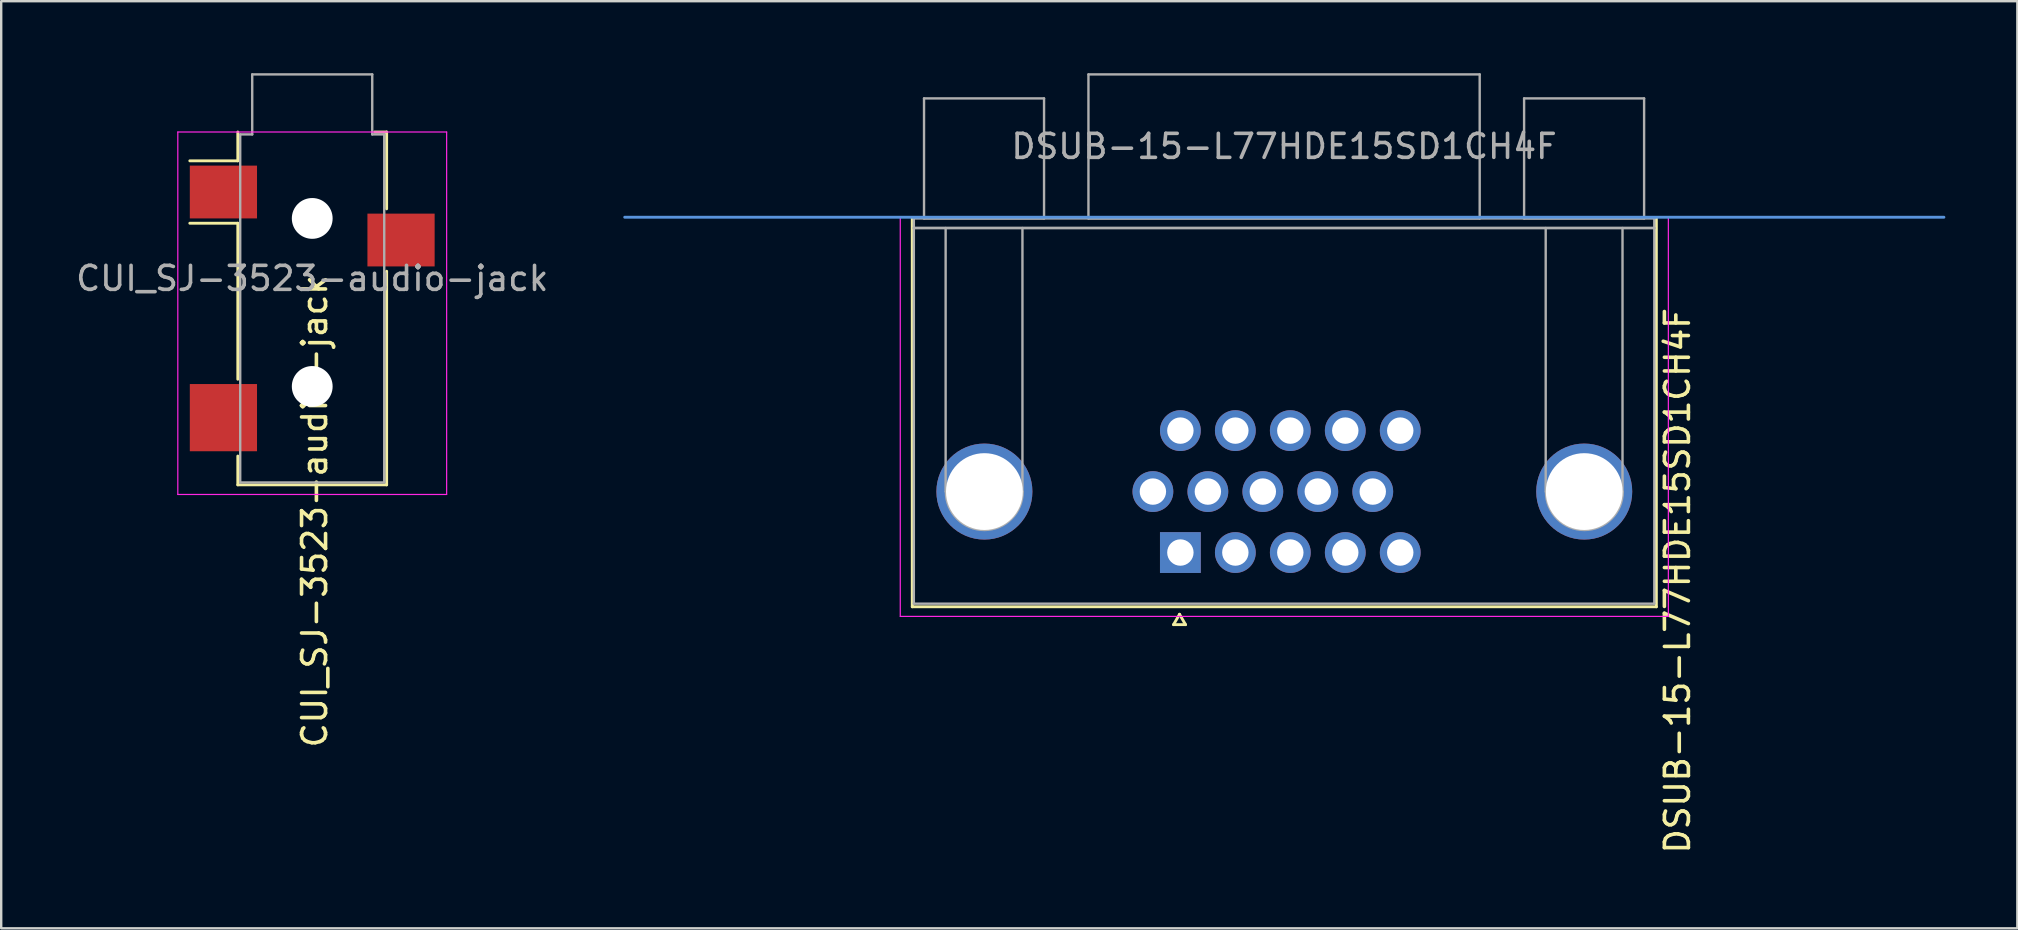
<source format=kicad_pcb>
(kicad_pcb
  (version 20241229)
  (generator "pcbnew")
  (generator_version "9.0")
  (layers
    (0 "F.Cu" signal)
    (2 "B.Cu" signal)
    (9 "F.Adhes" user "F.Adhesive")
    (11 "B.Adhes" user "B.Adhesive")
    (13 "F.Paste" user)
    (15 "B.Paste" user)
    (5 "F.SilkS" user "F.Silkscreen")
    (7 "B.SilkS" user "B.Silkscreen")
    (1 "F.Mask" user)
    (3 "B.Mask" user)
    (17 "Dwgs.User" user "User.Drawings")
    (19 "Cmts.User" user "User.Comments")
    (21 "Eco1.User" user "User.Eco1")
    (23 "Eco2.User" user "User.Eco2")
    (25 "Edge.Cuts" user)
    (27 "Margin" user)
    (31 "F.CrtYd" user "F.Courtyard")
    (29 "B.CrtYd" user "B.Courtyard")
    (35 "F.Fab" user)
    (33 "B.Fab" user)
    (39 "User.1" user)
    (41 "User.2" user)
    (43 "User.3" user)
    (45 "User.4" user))
  (footprint "DSUB-15-L77HDE15SD1CH4F"
    (layer "F.Cu")
    (at 50.457 6)
    (property "Reference" "DSUB-15-L77HDE15SD1CH4F" (at 16.38 15.143 270) (layer "F.SilkS") (effects (font (size 1 1) (thickness 0.15))))
    (attr through_hole)
    (fp_line (start -15.5 16.23) (end -15.5 0.03) (stroke (width 0.12) (type solid)) (layer "F.SilkS"))
    (fp_line (start -4.615 16.974) (end -4.365 16.541) (stroke (width 0.12) (type solid)) (layer "F.SilkS"))
    (fp_line (start -4.365 16.541) (end -4.115 16.974) (stroke (width 0.12) (type solid)) (layer "F.SilkS"))
    (fp_line (start -4.115 16.974) (end -4.615 16.974) (stroke (width 0.12) (type solid)) (layer "F.SilkS"))
    (fp_line (start 15.5 0.03) (end 15.5 16.23) (stroke (width 0.12) (type solid)) (layer "F.SilkS"))
    (fp_line (start 15.5 16.23) (end -15.5 16.23) (stroke (width 0.12) (type solid)) (layer "F.SilkS"))
    (fp_line (start 27.48 0) (end -27.48 0) (stroke (width 0.12) (type solid)) (layer "Cmts.User"))
    (fp_line (start -16 0) (end -16 16.63) (stroke (width 0.05) (type solid)) (layer "F.CrtYd"))
    (fp_line (start -16 16.63) (end 16 16.63) (stroke (width 0.05) (type solid)) (layer "F.CrtYd"))
    (fp_line (start 16 0) (end -16 0) (stroke (width 0.05) (type solid)) (layer "F.CrtYd"))
    (fp_line (start 16 16.63) (end 16 0) (stroke (width 0.05) (type solid)) (layer "F.CrtYd"))
    (fp_line (start -15.435 0.05) (end -15.435 0.45) (stroke (width 0.1) (type solid)) (layer "F.Fab"))
    (fp_line (start -15.435 0.45) (end -15.435 16.1) (stroke (width 0.1) (type solid)) (layer "F.Fab"))
    (fp_line (start -15.435 0.45) (end 15.415 0.45) (stroke (width 0.1) (type solid)) (layer "F.Fab"))
    (fp_line (start -15.435 16.1) (end 15.415 16.1) (stroke (width 0.1) (type solid)) (layer "F.Fab"))
    (fp_line (start -15.01 -4.95) (end -15.01 0.05) (stroke (width 0.1) (type solid)) (layer "F.Fab"))
    (fp_line (start -15.01 0.05) (end -10.01 0.05) (stroke (width 0.1) (type solid)) (layer "F.Fab"))
    (fp_line (start -14.11 0.45) (end -14.11 11.43) (stroke (width 0.1) (type solid)) (layer "F.Fab"))
    (fp_line (start -10.91 0.45) (end -10.91 11.43) (stroke (width 0.1) (type solid)) (layer "F.Fab"))
    (fp_line (start -10.01 -4.95) (end -15.01 -4.95) (stroke (width 0.1) (type solid)) (layer "F.Fab"))
    (fp_line (start -10.01 0.05) (end -10.01 -4.95) (stroke (width 0.1) (type solid)) (layer "F.Fab"))
    (fp_line (start -8.16 -5.95) (end -8.16 0.05) (stroke (width 0.1) (type solid)) (layer "F.Fab"))
    (fp_line (start -8.16 0.05) (end 8.14 0.05) (stroke (width 0.1) (type solid)) (layer "F.Fab"))
    (fp_line (start 8.14 -5.95) (end -8.16 -5.95) (stroke (width 0.1) (type solid)) (layer "F.Fab"))
    (fp_line (start 8.14 0.05) (end 8.14 -5.95) (stroke (width 0.1) (type solid)) (layer "F.Fab"))
    (fp_line (start 9.99 -4.95) (end 9.99 0.05) (stroke (width 0.1) (type solid)) (layer "F.Fab"))
    (fp_line (start 9.99 0.05) (end 14.99 0.05) (stroke (width 0.1) (type solid)) (layer "F.Fab"))
    (fp_line (start 10.89 0.45) (end 10.89 11.43) (stroke (width 0.1) (type solid)) (layer "F.Fab"))
    (fp_line (start 14.09 0.45) (end 14.09 11.43) (stroke (width 0.1) (type solid)) (layer "F.Fab"))
    (fp_line (start 14.99 -4.95) (end 9.99 -4.95) (stroke (width 0.1) (type solid)) (layer "F.Fab"))
    (fp_line (start 14.99 0.05) (end 14.99 -4.95) (stroke (width 0.1) (type solid)) (layer "F.Fab"))
    (fp_line (start 15.415 0.05) (end -15.435 0.05) (stroke (width 0.1) (type solid)) (layer "F.Fab"))
    (fp_line (start 15.415 0.45) (end -15.435 0.45) (stroke (width 0.1) (type solid)) (layer "F.Fab"))
    (fp_line (start 15.415 0.45) (end 15.415 0.05) (stroke (width 0.1) (type solid)) (layer "F.Fab"))
    (fp_line (start 15.415 16.1) (end 15.415 0.45) (stroke (width 0.1) (type solid)) (layer "F.Fab"))
    (fp_arc (start -10.9 11.43) (mid -12.5 13.03) (end -14.1 11.43) (stroke (width 0.1) (type solid)) (layer "F.Fab"))
    (fp_arc (start 14.1 11.43) (mid 12.5 13.03) (end 10.9 11.43) (stroke (width 0.1) (type solid)) (layer "F.Fab"))
    (fp_text user "${REFERENCE}" (at -0.01 -2.95 180) (layer "F.Fab") (effects (font (size 1 1) (thickness 0.15))))
    (pad "0" thru_hole circle (at -12.495 11.43 180) (size 4 4) (drill 3.2) (layers "*.Cu" "*.Mask"))
    (pad "0" thru_hole circle (at 12.495 11.43 180) (size 4 4) (drill 3.2) (layers "*.Cu" "*.Mask"))
    (pad "1" thru_hole rect (at -4.33 13.97 180) (size 1.7 1.7) (drill 1.1) (layers "*.Cu" "*.Mask"))
    (pad "2" thru_hole circle (at -2.04 13.97 180) (size 1.7 1.7) (drill 1.1) (layers "*.Cu" "*.Mask"))
    (pad "3" thru_hole circle (at 0.25 13.97 180) (size 1.7 1.7) (drill 1.1) (layers "*.Cu" "*.Mask"))
    (pad "4" thru_hole circle (at 2.54 13.97 180) (size 1.7 1.7) (drill 1.1) (layers "*.Cu" "*.Mask"))
    (pad "5" thru_hole circle (at 4.83 13.97 180) (size 1.7 1.7) (drill 1.1) (layers "*.Cu" "*.Mask"))
    (pad "6" thru_hole circle (at -5.475 11.43 180) (size 1.7 1.7) (drill 1.1) (layers "*.Cu" "*.Mask"))
    (pad "7" thru_hole circle (at -3.185 11.43 180) (size 1.7 1.7) (drill 1.1) (layers "*.Cu" "*.Mask"))
    (pad "8" thru_hole circle (at -0.895 11.43 180) (size 1.7 1.7) (drill 1.1) (layers "*.Cu" "*.Mask"))
    (pad "9" thru_hole circle (at 1.395 11.43 180) (size 1.7 1.7) (drill 1.1) (layers "*.Cu" "*.Mask"))
    (pad "10" thru_hole circle (at 3.685 11.43 180) (size 1.7 1.7) (drill 1.1) (layers "*.Cu" "*.Mask"))
    (pad "11" thru_hole circle (at -4.33 8.89 180) (size 1.7 1.7) (drill 1.1) (layers "*.Cu" "*.Mask"))
    (pad "12" thru_hole circle (at -2.04 8.89 180) (size 1.7 1.7) (drill 1.1) (layers "*.Cu" "*.Mask"))
    (pad "13" thru_hole circle (at 0.25 8.89 180) (size 1.7 1.7) (drill 1.1) (layers "*.Cu" "*.Mask"))
    (pad "14" thru_hole circle (at 2.54 8.89 180) (size 1.7 1.7) (drill 1.1) (layers "*.Cu" "*.Mask"))
    (pad "15" thru_hole circle (at 4.83 8.89 180) (size 1.7 1.7) (drill 1.1) (layers "*.Cu" "*.Mask")))
  (footprint "CUI_SJ-3523-audio-jack"
    (layer "F.Cu")
    (at 9.958 8.55)
    (property "Reference" "CUI_SJ-3523-audio-jack" (at 0.1 9.7 90) (layer "F.SilkS") (effects (font (size 1 1) (thickness 0.15))))
    (attr smd)
    (fp_line (start -3.1 -4.9) (end -5.1 -4.9) (stroke (width 0.12) (type solid)) (layer "F.SilkS"))
    (fp_line (start -3.1 -4.9) (end -3.1 -6.1) (stroke (width 0.12) (type solid)) (layer "F.SilkS"))
    (fp_line (start -3.1 -2.3) (end -5.1 -2.3) (stroke (width 0.12) (type solid)) (layer "F.SilkS"))
    (fp_line (start -3.1 4.2) (end -3.1 -2.3) (stroke (width 0.12) (type solid)) (layer "F.SilkS"))
    (fp_line (start -3.1 8.6) (end -3.1 7.4) (stroke (width 0.12) (type solid)) (layer "F.SilkS"))
    (fp_line (start 2.6 -6.1) (end 3.1 -6.1) (stroke (width 0.12) (type solid)) (layer "F.SilkS"))
    (fp_line (start 3.1 -6.1) (end 3.1 -2.9) (stroke (width 0.12) (type solid)) (layer "F.SilkS"))
    (fp_line (start 3.1 -0.3) (end 3.1 8.6) (stroke (width 0.12) (type solid)) (layer "F.SilkS"))
    (fp_line (start 3.1 8.6) (end -3.1 8.6) (stroke (width 0.12) (type solid)) (layer "F.SilkS"))
    (fp_line (start -5.6 -6.1) (end 5.6 -6.1) (stroke (width 0.05) (type solid)) (layer "F.CrtYd"))
    (fp_line (start -5.6 9) (end -5.6 -6.1) (stroke (width 0.05) (type solid)) (layer "F.CrtYd"))
    (fp_line (start 5.6 -6.1) (end 5.6 9) (stroke (width 0.05) (type solid)) (layer "F.CrtYd"))
    (fp_line (start 5.6 9) (end -5.6 9) (stroke (width 0.05) (type solid)) (layer "F.CrtYd"))
    (fp_line (start -3 -6) (end -2.5 -6) (stroke (width 0.1) (type solid)) (layer "F.Fab"))
    (fp_line (start -3 8.5) (end -3 -6) (stroke (width 0.1) (type solid)) (layer "F.Fab"))
    (fp_line (start -2.5 -8.5) (end 2.5 -8.5) (stroke (width 0.1) (type solid)) (layer "F.Fab"))
    (fp_line (start -2.5 -6) (end -2.5 -8.5) (stroke (width 0.1) (type solid)) (layer "F.Fab"))
    (fp_line (start 2.5 -8.5) (end 2.5 -6) (stroke (width 0.1) (type solid)) (layer "F.Fab"))
    (fp_line (start 2.5 -6) (end 3 -6) (stroke (width 0.1) (type solid)) (layer "F.Fab"))
    (fp_line (start 3 -6) (end 3 8.5) (stroke (width 0.1) (type solid)) (layer "F.Fab"))
    (fp_line (start 3 8.5) (end -3 8.5) (stroke (width 0.1) (type solid)) (layer "F.Fab"))
    (fp_text user "${REFERENCE}" (at 0 0 0) (layer "F.Fab") (effects (font (size 1 1) (thickness 0.15))))
    (pad "" np_thru_hole circle (at 0 -2.5) (size 1.7 1.7) (drill 1.7) (layers "*.Cu" "*.Mask"))
    (pad "" np_thru_hole circle (at 0 4.5) (size 1.7 1.7) (drill 1.7) (layers "*.Cu" "*.Mask"))
    (pad "1" smd rect (at -3.7 -3.6) (size 2.8 2.2) (layers "F.Cu" "F.Mask" "F.Paste"))
    (pad "2" smd rect (at -3.7 5.8) (size 2.8 2.8) (layers "F.Cu" "F.Mask" "F.Paste"))
    (pad "3" smd rect (at 3.7 -1.6) (size 2.8 2.2) (layers "F.Cu" "F.Mask" "F.Paste")))
  (gr_rect
    (start -3 -3)
    (end 80.997 35.625)
    (stroke (width 0.1) (type default))
    (fill no)
    (layer "Edge.Cuts")))
</source>
